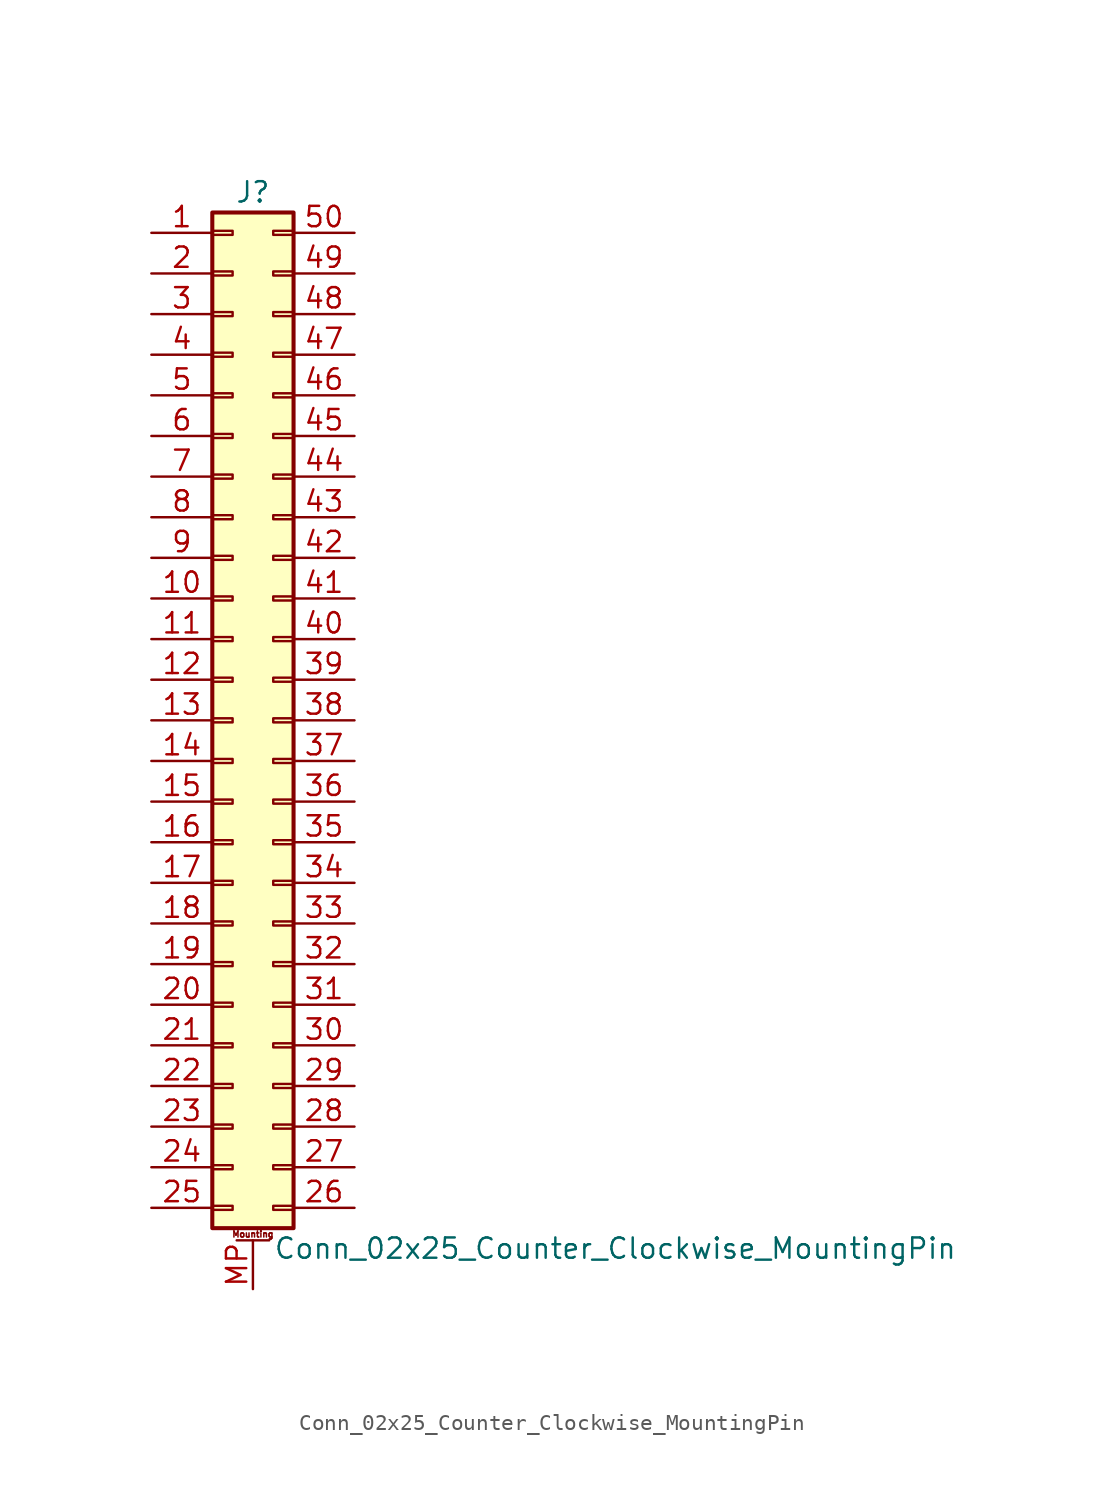
<source format=kicad_sym>
(kicad_symbol_lib
  (version 20201005)
  (generator kicad_symbol_editor)
  (symbol "Conn_02x25_Counter_Clockwise_MountingPin"
    (pin_names
      (offset 1.016) hide)
    (property "Reference" "J"
      (at 1.27 33.02 0)
      (effects (font (size 1.27 1.27))))
    (property "Value" "Conn_02x25_Counter_Clockwise_MountingPin"
      (at 2.54 -33.02 0)
      (effects (font (size 1.27 1.27)) (justify left)))
    (symbol "Conn_02x25_Counter_Clockwise_MountingPin_1_1"
      (text "Mounting" (at 1.27 -32.131 0) (effects (font (size 0.381 0.381))))
      (rectangle (start -1.27 -30.353) (end 0 -30.607) (stroke (width 0.152)) (fill (type none)))
      (rectangle (start -1.27 -27.813) (end 0 -28.067) (stroke (width 0.152)) (fill (type none)))
      (rectangle (start -1.27 -25.273) (end 0 -25.527) (stroke (width 0.152)) (fill (type none)))
      (rectangle (start -1.27 -22.733) (end 0 -22.987) (stroke (width 0.152)) (fill (type none)))
      (rectangle (start -1.27 -20.193) (end 0 -20.447) (stroke (width 0.152)) (fill (type none)))
      (rectangle (start -1.27 -17.653) (end 0 -17.907) (stroke (width 0.152)) (fill (type none)))
      (rectangle (start -1.27 -15.113) (end 0 -15.367) (stroke (width 0.152)) (fill (type none)))
      (rectangle (start -1.27 -12.573) (end 0 -12.827) (stroke (width 0.152)) (fill (type none)))
      (rectangle (start -1.27 -10.033) (end 0 -10.287) (stroke (width 0.152)) (fill (type none)))
      (rectangle (start -1.27 -7.493) (end 0 -7.747) (stroke (width 0.152)) (fill (type none)))
      (rectangle (start -1.27 -4.953) (end 0 -5.207) (stroke (width 0.152)) (fill (type none)))
      (rectangle (start -1.27 -2.413) (end 0 -2.667) (stroke (width 0.152)) (fill (type none)))
      (rectangle (start -1.27 0.127) (end 0 -0.127) (stroke (width 0.152)) (fill (type none)))
      (rectangle (start -1.27 2.667) (end 0 2.413) (stroke (width 0.152)) (fill (type none)))
      (rectangle (start -1.27 5.207) (end 0 4.953) (stroke (width 0.152)) (fill (type none)))
      (rectangle (start -1.27 7.747) (end 0 7.493) (stroke (width 0.152)) (fill (type none)))
      (rectangle (start -1.27 10.287) (end 0 10.033) (stroke (width 0.152)) (fill (type none)))
      (rectangle (start -1.27 12.827) (end 0 12.573) (stroke (width 0.152)) (fill (type none)))
      (rectangle (start -1.27 15.367) (end 0 15.113) (stroke (width 0.152)) (fill (type none)))
      (rectangle (start -1.27 17.907) (end 0 17.653) (stroke (width 0.152)) (fill (type none)))
      (rectangle (start -1.27 20.447) (end 0 20.193) (stroke (width 0.152)) (fill (type none)))
      (rectangle (start -1.27 22.987) (end 0 22.733) (stroke (width 0.152)) (fill (type none)))
      (rectangle (start -1.27 25.527) (end 0 25.273) (stroke (width 0.152)) (fill (type none)))
      (rectangle (start -1.27 28.067) (end 0 27.813) (stroke (width 0.152)) (fill (type none)))
      (rectangle (start -1.27 30.607) (end 0 30.353) (stroke (width 0.152)) (fill (type none)))
      (rectangle (start -1.27 31.75) (end 3.81 -31.75) (stroke (width 0.254)) (fill (type background)))
      (rectangle (start 3.81 -30.353) (end 2.54 -30.607) (stroke (width 0.152)) (fill (type none)))
      (rectangle (start 3.81 -27.813) (end 2.54 -28.067) (stroke (width 0.152)) (fill (type none)))
      (rectangle (start 3.81 -25.273) (end 2.54 -25.527) (stroke (width 0.152)) (fill (type none)))
      (rectangle (start 3.81 -22.733) (end 2.54 -22.987) (stroke (width 0.152)) (fill (type none)))
      (rectangle (start 3.81 -20.193) (end 2.54 -20.447) (stroke (width 0.152)) (fill (type none)))
      (rectangle (start 3.81 -17.653) (end 2.54 -17.907) (stroke (width 0.152)) (fill (type none)))
      (rectangle (start 3.81 -15.113) (end 2.54 -15.367) (stroke (width 0.152)) (fill (type none)))
      (rectangle (start 3.81 -12.573) (end 2.54 -12.827) (stroke (width 0.152)) (fill (type none)))
      (rectangle (start 3.81 -10.033) (end 2.54 -10.287) (stroke (width 0.152)) (fill (type none)))
      (rectangle (start 3.81 -7.493) (end 2.54 -7.747) (stroke (width 0.152)) (fill (type none)))
      (rectangle (start 3.81 -4.953) (end 2.54 -5.207) (stroke (width 0.152)) (fill (type none)))
      (rectangle (start 3.81 -2.413) (end 2.54 -2.667) (stroke (width 0.152)) (fill (type none)))
      (rectangle (start 3.81 0.127) (end 2.54 -0.127) (stroke (width 0.152)) (fill (type none)))
      (rectangle (start 3.81 2.667) (end 2.54 2.413) (stroke (width 0.152)) (fill (type none)))
      (rectangle (start 3.81 5.207) (end 2.54 4.953) (stroke (width 0.152)) (fill (type none)))
      (rectangle (start 3.81 7.747) (end 2.54 7.493) (stroke (width 0.152)) (fill (type none)))
      (rectangle (start 3.81 10.287) (end 2.54 10.033) (stroke (width 0.152)) (fill (type none)))
      (rectangle (start 3.81 12.827) (end 2.54 12.573) (stroke (width 0.152)) (fill (type none)))
      (rectangle (start 3.81 15.367) (end 2.54 15.113) (stroke (width 0.152)) (fill (type none)))
      (rectangle (start 3.81 17.907) (end 2.54 17.653) (stroke (width 0.152)) (fill (type none)))
      (rectangle (start 3.81 20.447) (end 2.54 20.193) (stroke (width 0.152)) (fill (type none)))
      (rectangle (start 3.81 22.987) (end 2.54 22.733) (stroke (width 0.152)) (fill (type none)))
      (rectangle (start 3.81 25.527) (end 2.54 25.273) (stroke (width 0.152)) (fill (type none)))
      (rectangle (start 3.81 28.067) (end 2.54 27.813) (stroke (width 0.152)) (fill (type none)))
      (rectangle (start 3.81 30.607) (end 2.54 30.353) (stroke (width 0.152)) (fill (type none)))
      (polyline (pts (xy 0.254 -32.512) (xy 2.286 -32.512)) (stroke (width 0.152)) (fill (type none)))
      (pin passive line (at -5.08 30.48 0) (length 3.81) (name "Pin_1" (effects (font (size 1.27 1.27)))) (number "1" (effects (font (size 1.27 1.27)))))
      (pin passive line (at -5.08 7.62 0) (length 3.81) (name "Pin_10" (effects (font (size 1.27 1.27)))) (number "10" (effects (font (size 1.27 1.27)))))
      (pin passive line (at -5.08 5.08 0) (length 3.81) (name "Pin_11" (effects (font (size 1.27 1.27)))) (number "11" (effects (font (size 1.27 1.27)))))
      (pin passive line (at -5.08 2.54 0) (length 3.81) (name "Pin_12" (effects (font (size 1.27 1.27)))) (number "12" (effects (font (size 1.27 1.27)))))
      (pin passive line (at -5.08 0 0) (length 3.81) (name "Pin_13" (effects (font (size 1.27 1.27)))) (number "13" (effects (font (size 1.27 1.27)))))
      (pin passive line (at -5.08 -2.54 0) (length 3.81) (name "Pin_14" (effects (font (size 1.27 1.27)))) (number "14" (effects (font (size 1.27 1.27)))))
      (pin passive line (at -5.08 -5.08 0) (length 3.81) (name "Pin_15" (effects (font (size 1.27 1.27)))) (number "15" (effects (font (size 1.27 1.27)))))
      (pin passive line (at -5.08 -7.62 0) (length 3.81) (name "Pin_16" (effects (font (size 1.27 1.27)))) (number "16" (effects (font (size 1.27 1.27)))))
      (pin passive line (at -5.08 -10.16 0) (length 3.81) (name "Pin_17" (effects (font (size 1.27 1.27)))) (number "17" (effects (font (size 1.27 1.27)))))
      (pin passive line (at -5.08 -12.7 0) (length 3.81) (name "Pin_18" (effects (font (size 1.27 1.27)))) (number "18" (effects (font (size 1.27 1.27)))))
      (pin passive line (at -5.08 -15.24 0) (length 3.81) (name "Pin_19" (effects (font (size 1.27 1.27)))) (number "19" (effects (font (size 1.27 1.27)))))
      (pin passive line (at -5.08 27.94 0) (length 3.81) (name "Pin_2" (effects (font (size 1.27 1.27)))) (number "2" (effects (font (size 1.27 1.27)))))
      (pin passive line (at -5.08 -17.78 0) (length 3.81) (name "Pin_20" (effects (font (size 1.27 1.27)))) (number "20" (effects (font (size 1.27 1.27)))))
      (pin passive line (at -5.08 -20.32 0) (length 3.81) (name "Pin_21" (effects (font (size 1.27 1.27)))) (number "21" (effects (font (size 1.27 1.27)))))
      (pin passive line (at -5.08 -22.86 0) (length 3.81) (name "Pin_22" (effects (font (size 1.27 1.27)))) (number "22" (effects (font (size 1.27 1.27)))))
      (pin passive line (at -5.08 -25.4 0) (length 3.81) (name "Pin_23" (effects (font (size 1.27 1.27)))) (number "23" (effects (font (size 1.27 1.27)))))
      (pin passive line (at -5.08 -27.94 0) (length 3.81) (name "Pin_24" (effects (font (size 1.27 1.27)))) (number "24" (effects (font (size 1.27 1.27)))))
      (pin passive line (at -5.08 -30.48 0) (length 3.81) (name "Pin_25" (effects (font (size 1.27 1.27)))) (number "25" (effects (font (size 1.27 1.27)))))
      (pin passive line (at 7.62 -30.48 180) (length 3.81) (name "Pin_26" (effects (font (size 1.27 1.27)))) (number "26" (effects (font (size 1.27 1.27)))))
      (pin passive line (at 7.62 -27.94 180) (length 3.81) (name "Pin_27" (effects (font (size 1.27 1.27)))) (number "27" (effects (font (size 1.27 1.27)))))
      (pin passive line (at 7.62 -25.4 180) (length 3.81) (name "Pin_28" (effects (font (size 1.27 1.27)))) (number "28" (effects (font (size 1.27 1.27)))))
      (pin passive line (at 7.62 -22.86 180) (length 3.81) (name "Pin_29" (effects (font (size 1.27 1.27)))) (number "29" (effects (font (size 1.27 1.27)))))
      (pin passive line (at -5.08 25.4 0) (length 3.81) (name "Pin_3" (effects (font (size 1.27 1.27)))) (number "3" (effects (font (size 1.27 1.27)))))
      (pin passive line (at 7.62 -20.32 180) (length 3.81) (name "Pin_30" (effects (font (size 1.27 1.27)))) (number "30" (effects (font (size 1.27 1.27)))))
      (pin passive line (at 7.62 -17.78 180) (length 3.81) (name "Pin_31" (effects (font (size 1.27 1.27)))) (number "31" (effects (font (size 1.27 1.27)))))
      (pin passive line (at 7.62 -15.24 180) (length 3.81) (name "Pin_32" (effects (font (size 1.27 1.27)))) (number "32" (effects (font (size 1.27 1.27)))))
      (pin passive line (at 7.62 -12.7 180) (length 3.81) (name "Pin_33" (effects (font (size 1.27 1.27)))) (number "33" (effects (font (size 1.27 1.27)))))
      (pin passive line (at 7.62 -10.16 180) (length 3.81) (name "Pin_34" (effects (font (size 1.27 1.27)))) (number "34" (effects (font (size 1.27 1.27)))))
      (pin passive line (at 7.62 -7.62 180) (length 3.81) (name "Pin_35" (effects (font (size 1.27 1.27)))) (number "35" (effects (font (size 1.27 1.27)))))
      (pin passive line (at 7.62 -5.08 180) (length 3.81) (name "Pin_36" (effects (font (size 1.27 1.27)))) (number "36" (effects (font (size 1.27 1.27)))))
      (pin passive line (at 7.62 -2.54 180) (length 3.81) (name "Pin_37" (effects (font (size 1.27 1.27)))) (number "37" (effects (font (size 1.27 1.27)))))
      (pin passive line (at 7.62 0 180) (length 3.81) (name "Pin_38" (effects (font (size 1.27 1.27)))) (number "38" (effects (font (size 1.27 1.27)))))
      (pin passive line (at 7.62 2.54 180) (length 3.81) (name "Pin_39" (effects (font (size 1.27 1.27)))) (number "39" (effects (font (size 1.27 1.27)))))
      (pin passive line (at -5.08 22.86 0) (length 3.81) (name "Pin_4" (effects (font (size 1.27 1.27)))) (number "4" (effects (font (size 1.27 1.27)))))
      (pin passive line (at 7.62 5.08 180) (length 3.81) (name "Pin_40" (effects (font (size 1.27 1.27)))) (number "40" (effects (font (size 1.27 1.27)))))
      (pin passive line (at 7.62 7.62 180) (length 3.81) (name "Pin_41" (effects (font (size 1.27 1.27)))) (number "41" (effects (font (size 1.27 1.27)))))
      (pin passive line (at 7.62 10.16 180) (length 3.81) (name "Pin_42" (effects (font (size 1.27 1.27)))) (number "42" (effects (font (size 1.27 1.27)))))
      (pin passive line (at 7.62 12.7 180) (length 3.81) (name "Pin_43" (effects (font (size 1.27 1.27)))) (number "43" (effects (font (size 1.27 1.27)))))
      (pin passive line (at 7.62 15.24 180) (length 3.81) (name "Pin_44" (effects (font (size 1.27 1.27)))) (number "44" (effects (font (size 1.27 1.27)))))
      (pin passive line (at 7.62 17.78 180) (length 3.81) (name "Pin_45" (effects (font (size 1.27 1.27)))) (number "45" (effects (font (size 1.27 1.27)))))
      (pin passive line (at 7.62 20.32 180) (length 3.81) (name "Pin_46" (effects (font (size 1.27 1.27)))) (number "46" (effects (font (size 1.27 1.27)))))
      (pin passive line (at 7.62 22.86 180) (length 3.81) (name "Pin_47" (effects (font (size 1.27 1.27)))) (number "47" (effects (font (size 1.27 1.27)))))
      (pin passive line (at 7.62 25.4 180) (length 3.81) (name "Pin_48" (effects (font (size 1.27 1.27)))) (number "48" (effects (font (size 1.27 1.27)))))
      (pin passive line (at 7.62 27.94 180) (length 3.81) (name "Pin_49" (effects (font (size 1.27 1.27)))) (number "49" (effects (font (size 1.27 1.27)))))
      (pin passive line (at -5.08 20.32 0) (length 3.81) (name "Pin_5" (effects (font (size 1.27 1.27)))) (number "5" (effects (font (size 1.27 1.27)))))
      (pin passive line (at 7.62 30.48 180) (length 3.81) (name "Pin_50" (effects (font (size 1.27 1.27)))) (number "50" (effects (font (size 1.27 1.27)))))
      (pin passive line (at -5.08 17.78 0) (length 3.81) (name "Pin_6" (effects (font (size 1.27 1.27)))) (number "6" (effects (font (size 1.27 1.27)))))
      (pin passive line (at -5.08 15.24 0) (length 3.81) (name "Pin_7" (effects (font (size 1.27 1.27)))) (number "7" (effects (font (size 1.27 1.27)))))
      (pin passive line (at -5.08 12.7 0) (length 3.81) (name "Pin_8" (effects (font (size 1.27 1.27)))) (number "8" (effects (font (size 1.27 1.27)))))
      (pin passive line (at -5.08 10.16 0) (length 3.81) (name "Pin_9" (effects (font (size 1.27 1.27)))) (number "9" (effects (font (size 1.27 1.27)))))
      (pin passive line (at 1.27 -35.56 90) (length 3.048) (name "MountPin" (effects (font (size 1.27 1.27)))) (number "MP" (effects (font (size 1.27 1.27))))))))
</source>
